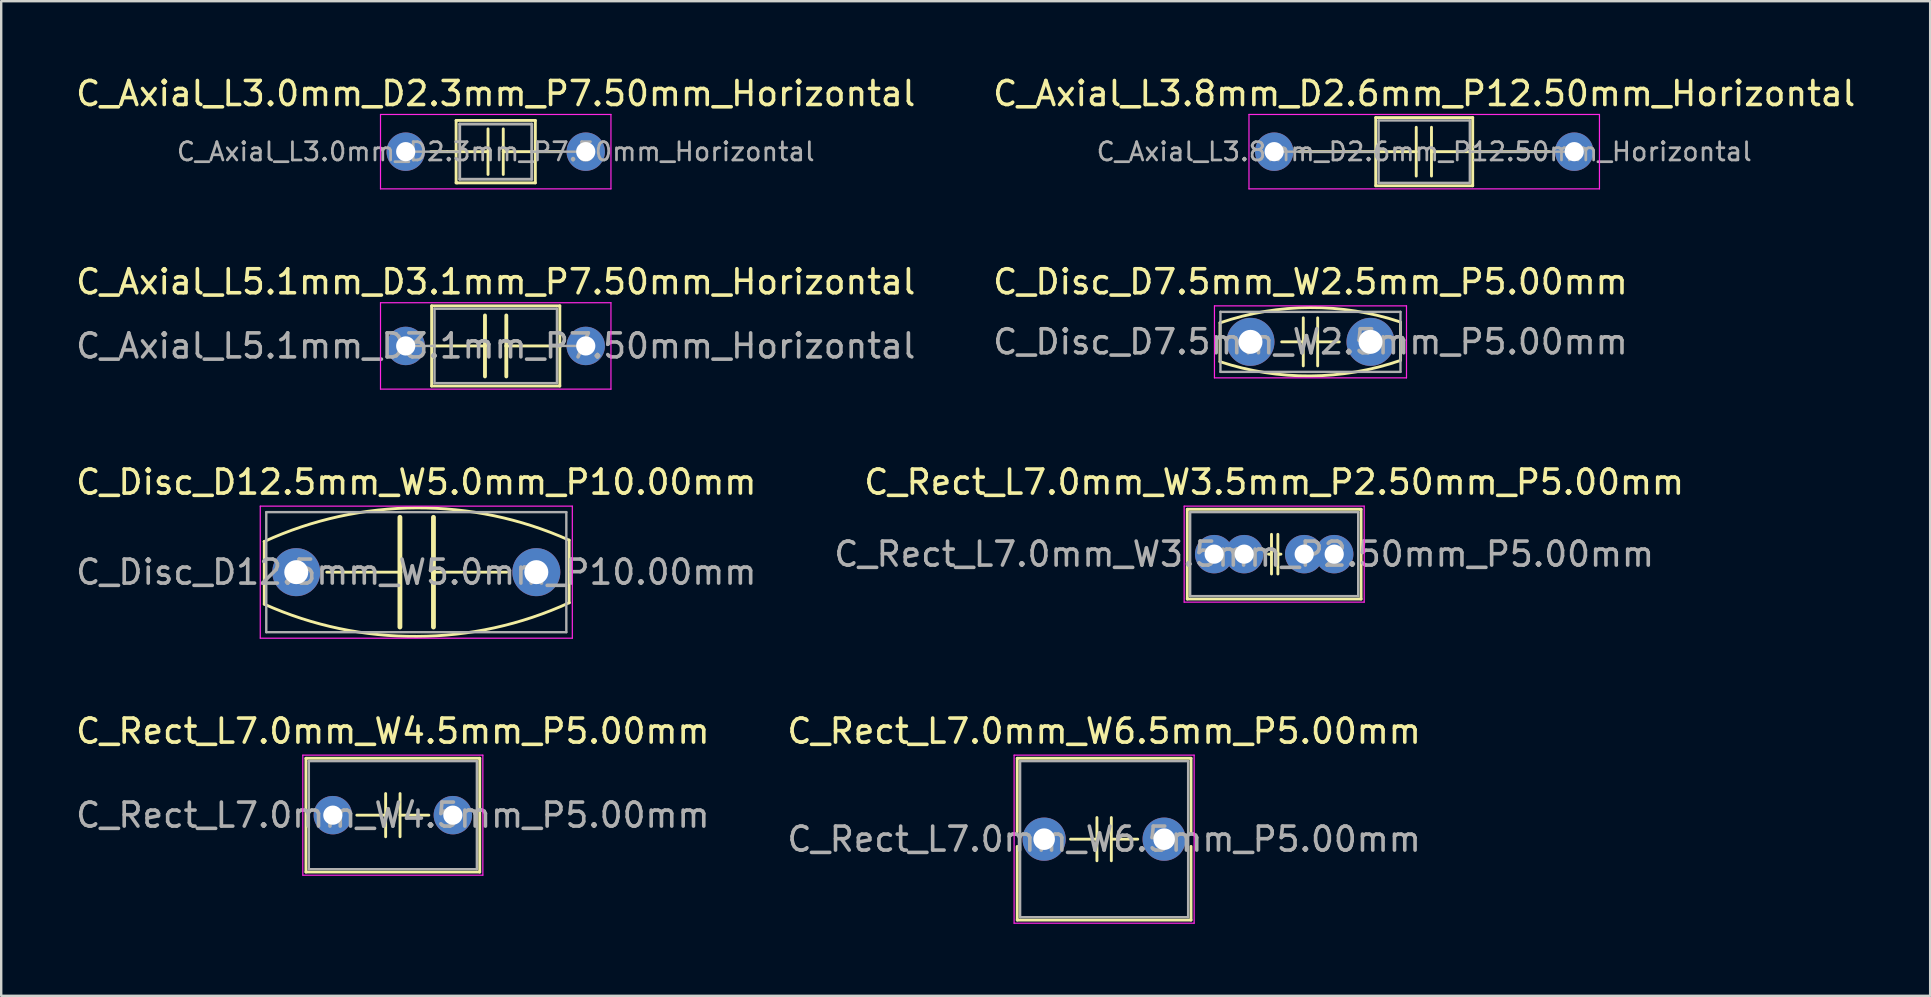
<source format=kicad_pcb>
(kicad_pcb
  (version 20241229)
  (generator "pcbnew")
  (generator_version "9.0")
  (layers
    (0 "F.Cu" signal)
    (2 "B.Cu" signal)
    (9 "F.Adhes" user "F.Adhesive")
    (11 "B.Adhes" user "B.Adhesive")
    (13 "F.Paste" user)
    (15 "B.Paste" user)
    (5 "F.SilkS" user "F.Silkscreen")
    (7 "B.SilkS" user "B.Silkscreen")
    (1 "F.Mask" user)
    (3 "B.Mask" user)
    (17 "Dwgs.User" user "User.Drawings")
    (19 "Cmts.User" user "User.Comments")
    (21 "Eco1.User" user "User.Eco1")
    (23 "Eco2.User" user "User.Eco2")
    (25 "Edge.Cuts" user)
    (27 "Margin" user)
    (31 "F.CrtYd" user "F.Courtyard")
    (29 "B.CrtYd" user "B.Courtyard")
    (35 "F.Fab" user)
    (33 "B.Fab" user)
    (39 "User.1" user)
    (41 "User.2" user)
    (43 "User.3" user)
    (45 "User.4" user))
  (footprint "C_Axial_L5.1mm_D3.1mm_P7.50mm_Horizontal"
    (layer "F.Cu")
    (at 13.851 11.361)
    (property "Reference" "C_Axial_L5.1mm_D3.1mm_P7.50mm_Horizontal" (at 3.75 -2.67 0) (layer "F.SilkS") (effects (font (size 1 1) (thickness 0.15))))
    (attr through_hole)
    (fp_line (start 1.04 0) (end 1.08 0) (stroke (width 0.12) (type solid)) (layer "F.SilkS"))
    (fp_line (start 1.08 -1.67) (end 1.08 1.67) (stroke (width 0.12) (type solid)) (layer "F.SilkS"))
    (fp_line (start 1.08 0) (end 3.302 0) (stroke (width 0.12) (type solid)) (layer "F.SilkS"))
    (fp_line (start 1.08 1.67) (end 6.42 1.67) (stroke (width 0.12) (type solid)) (layer "F.SilkS"))
    (fp_line (start 3.302 0) (end 3.302 -1.27) (stroke (width 0.16) (type solid)) (layer "F.SilkS"))
    (fp_line (start 3.302 0) (end 3.302 1.27) (stroke (width 0.16) (type solid)) (layer "F.SilkS"))
    (fp_line (start 4.191 0) (end 4.191 -1.27) (stroke (width 0.16) (type solid)) (layer "F.SilkS"))
    (fp_line (start 4.191 0) (end 4.191 1.27) (stroke (width 0.16) (type solid)) (layer "F.SilkS"))
    (fp_line (start 6.42 -1.67) (end 1.08 -1.67) (stroke (width 0.12) (type solid)) (layer "F.SilkS"))
    (fp_line (start 6.42 1.67) (end 6.42 -1.67) (stroke (width 0.12) (type solid)) (layer "F.SilkS"))
    (fp_line (start 6.46 0) (end 4.191 0) (stroke (width 0.12) (type solid)) (layer "F.SilkS"))
    (fp_line (start 6.46 0) (end 6.42 0) (stroke (width 0.12) (type solid)) (layer "F.SilkS"))
    (fp_line (start -1.05 -1.8) (end -1.05 1.8) (stroke (width 0.05) (type solid)) (layer "F.CrtYd"))
    (fp_line (start -1.05 1.8) (end 8.55 1.8) (stroke (width 0.05) (type solid)) (layer "F.CrtYd"))
    (fp_line (start 8.55 -1.8) (end -1.05 -1.8) (stroke (width 0.05) (type solid)) (layer "F.CrtYd"))
    (fp_line (start 8.55 1.8) (end 8.55 -1.8) (stroke (width 0.05) (type solid)) (layer "F.CrtYd"))
    (fp_line (start 0 0) (end 1.2 0) (stroke (width 0.1) (type solid)) (layer "F.Fab"))
    (fp_line (start 1.2 -1.55) (end 1.2 1.55) (stroke (width 0.1) (type solid)) (layer "F.Fab"))
    (fp_line (start 1.2 1.55) (end 6.3 1.55) (stroke (width 0.1) (type solid)) (layer "F.Fab"))
    (fp_line (start 6.3 -1.55) (end 1.2 -1.55) (stroke (width 0.1) (type solid)) (layer "F.Fab"))
    (fp_line (start 6.3 1.55) (end 6.3 -1.55) (stroke (width 0.1) (type solid)) (layer "F.Fab"))
    (fp_line (start 7.5 0) (end 6.3 0) (stroke (width 0.1) (type solid)) (layer "F.Fab"))
    (fp_text user "${REFERENCE}" (at 3.75 0 0) (layer "F.Fab") (effects (font (size 1 1) (thickness 0.15))))
    (pad "1" thru_hole circle (at 0 0) (size 1.6 1.6) (drill 0.8) (layers "*.Cu" "*.Mask"))
    (pad "2" thru_hole oval (at 7.5 0) (size 1.6 1.6) (drill 0.8) (layers "*.Cu" "*.Mask")))
  (footprint "C_Axial_L3.8mm_D2.6mm_P12.50mm_Horizontal"
    (layer "F.Cu")
    (at 50.03 3.268)
    (property "Reference" "C_Axial_L3.8mm_D2.6mm_P12.50mm_Horizontal" (at 6.25 -2.42 0) (layer "F.SilkS") (effects (font (size 1 1) (thickness 0.15))))
    (attr through_hole)
    (fp_line (start 1.04 0) (end 4.23 0) (stroke (width 0.12) (type solid)) (layer "F.SilkS"))
    (fp_line (start 4.23 -1.42) (end 4.23 1.42) (stroke (width 0.12) (type solid)) (layer "F.SilkS"))
    (fp_line (start 4.23 0) (end 5.918 0) (stroke (width 0.12) (type solid)) (layer "F.SilkS"))
    (fp_line (start 4.23 1.42) (end 8.27 1.42) (stroke (width 0.12) (type solid)) (layer "F.SilkS"))
    (fp_line (start 5.918 0) (end 5.918 -1.016) (stroke (width 0.12) (type solid)) (layer "F.SilkS"))
    (fp_line (start 5.918 0) (end 5.918 1.016) (stroke (width 0.12) (type solid)) (layer "F.SilkS"))
    (fp_line (start 6.553 0) (end 6.553 -1.016) (stroke (width 0.12) (type solid)) (layer "F.SilkS"))
    (fp_line (start 6.553 0) (end 6.553 1.016) (stroke (width 0.12) (type solid)) (layer "F.SilkS"))
    (fp_line (start 8.27 -1.42) (end 4.23 -1.42) (stroke (width 0.12) (type solid)) (layer "F.SilkS"))
    (fp_line (start 8.27 0) (end 6.553 0) (stroke (width 0.12) (type solid)) (layer "F.SilkS"))
    (fp_line (start 8.27 1.42) (end 8.27 -1.42) (stroke (width 0.12) (type solid)) (layer "F.SilkS"))
    (fp_line (start 11.46 0) (end 8.27 0) (stroke (width 0.12) (type solid)) (layer "F.SilkS"))
    (fp_line (start -1.05 -1.55) (end -1.05 1.55) (stroke (width 0.05) (type solid)) (layer "F.CrtYd"))
    (fp_line (start -1.05 1.55) (end 13.55 1.55) (stroke (width 0.05) (type solid)) (layer "F.CrtYd"))
    (fp_line (start 13.55 -1.55) (end -1.05 -1.55) (stroke (width 0.05) (type solid)) (layer "F.CrtYd"))
    (fp_line (start 13.55 1.55) (end 13.55 -1.55) (stroke (width 0.05) (type solid)) (layer "F.CrtYd"))
    (fp_line (start 0 0) (end 4.35 0) (stroke (width 0.1) (type solid)) (layer "F.Fab"))
    (fp_line (start 4.35 -1.3) (end 4.35 1.3) (stroke (width 0.1) (type solid)) (layer "F.Fab"))
    (fp_line (start 4.35 1.3) (end 8.15 1.3) (stroke (width 0.1) (type solid)) (layer "F.Fab"))
    (fp_line (start 8.15 -1.3) (end 4.35 -1.3) (stroke (width 0.1) (type solid)) (layer "F.Fab"))
    (fp_line (start 8.15 1.3) (end 8.15 -1.3) (stroke (width 0.1) (type solid)) (layer "F.Fab"))
    (fp_line (start 12.5 0) (end 8.15 0) (stroke (width 0.1) (type solid)) (layer "F.Fab"))
    (fp_text user "${REFERENCE}" (at 6.25 0 0) (layer "F.Fab") (effects (font (size 0.76 0.76) (thickness 0.114))))
    (pad "1" thru_hole circle (at 0 0) (size 1.6 1.6) (drill 0.8) (layers "*.Cu" "*.Mask"))
    (pad "2" thru_hole oval (at 12.5 0) (size 1.6 1.6) (drill 0.8) (layers "*.Cu" "*.Mask")))
  (footprint "C_Rect_L7.0mm_W6.5mm_P5.00mm"
    (layer "F.Cu")
    (at 40.446 31.908)
    (property "Reference" "C_Rect_L7.0mm_W6.5mm_P5.00mm" (at 2.5 -4.5 0) (layer "F.SilkS") (effects (font (size 1 1) (thickness 0.15))))
    (fp_line (start -1.12 -3.37) (end -1.12 -0.301) (stroke (width 0.12) (type solid)) (layer "F.SilkS"))
    (fp_line (start -1.12 -3.37) (end 6.12 -3.37) (stroke (width 0.12) (type solid)) (layer "F.SilkS"))
    (fp_line (start -1.12 0.301) (end -1.12 3.37) (stroke (width 0.12) (type solid)) (layer "F.SilkS"))
    (fp_line (start -1.12 3.37) (end 6.12 3.37) (stroke (width 0.12) (type solid)) (layer "F.SilkS"))
    (fp_line (start 1.1 0) (end 2.2 0) (stroke (width 0.12) (type solid)) (layer "F.SilkS"))
    (fp_line (start 2.2 -0.9) (end 2.2 0.9) (stroke (width 0.12) (type solid)) (layer "F.SilkS"))
    (fp_line (start 2.8 -0.9) (end 2.8 0.9) (stroke (width 0.12) (type solid)) (layer "F.SilkS"))
    (fp_line (start 3.9 0) (end 2.8 0) (stroke (width 0.12) (type solid)) (layer "F.SilkS"))
    (fp_line (start 6.12 -3.37) (end 6.12 -0.301) (stroke (width 0.12) (type solid)) (layer "F.SilkS"))
    (fp_line (start 6.12 0.301) (end 6.12 3.37) (stroke (width 0.12) (type solid)) (layer "F.SilkS"))
    (fp_line (start -1.25 -3.5) (end -1.25 3.5) (stroke (width 0.05) (type solid)) (layer "F.CrtYd"))
    (fp_line (start -1.25 3.5) (end 6.25 3.5) (stroke (width 0.05) (type solid)) (layer "F.CrtYd"))
    (fp_line (start 6.25 -3.5) (end -1.25 -3.5) (stroke (width 0.05) (type solid)) (layer "F.CrtYd"))
    (fp_line (start 6.25 3.5) (end 6.25 -3.5) (stroke (width 0.05) (type solid)) (layer "F.CrtYd"))
    (fp_line (start -1 -3.25) (end -1 3.25) (stroke (width 0.1) (type solid)) (layer "F.Fab"))
    (fp_line (start -1 3.25) (end 6 3.25) (stroke (width 0.1) (type solid)) (layer "F.Fab"))
    (fp_line (start 6 -3.25) (end -1 -3.25) (stroke (width 0.1) (type solid)) (layer "F.Fab"))
    (fp_line (start 6 3.25) (end 6 -3.25) (stroke (width 0.1) (type solid)) (layer "F.Fab"))
    (fp_text user "${REFERENCE}" (at 2.5 0 0) (layer "F.Fab") (effects (font (size 1 1) (thickness 0.15))))
    (pad "1" thru_hole circle (at 0 0) (size 1.8 1.8) (drill 0.9) (layers "*.Cu" "*.Mask"))
    (pad "2" thru_hole circle (at 5 0) (size 1.8 1.8) (drill 0.9) (layers "*.Cu" "*.Mask")))
  (footprint "C_Disc_D7.5mm_W2.5mm_P5.00mm"
    (layer "F.Cu")
    (at 49.042 11.191)
    (property "Reference" "C_Disc_D7.5mm_W2.5mm_P5.00mm" (at 2.5 -2.5 0) (layer "F.SilkS") (effects (font (size 1 1) (thickness 0.15))))
    (fp_line (start -1.27 0.826) (end -1.269 -0.804) (stroke (width 0.12) (type solid)) (layer "F.SilkS"))
    (fp_line (start 1.3 0) (end 2.2 0) (stroke (width 0.12) (type solid)) (layer "F.SilkS"))
    (fp_line (start 2.2 0) (end 2.2 -1) (stroke (width 0.12) (type solid)) (layer "F.SilkS"))
    (fp_line (start 2.2 0) (end 2.2 1) (stroke (width 0.12) (type solid)) (layer "F.SilkS"))
    (fp_line (start 2.8 -1) (end 2.8 1) (stroke (width 0.12) (type solid)) (layer "F.SilkS"))
    (fp_line (start 2.8 0) (end 3.7 0) (stroke (width 0.12) (type solid)) (layer "F.SilkS"))
    (fp_line (start 6.248 0.762) (end 6.248 -0.813) (stroke (width 0.12) (type solid)) (layer "F.SilkS"))
    (fp_arc (start -1.265365 -0.79267) (mid 2.488814 -1.427831) (end 6.2484 -0.8255) (stroke (width 0.12) (type solid)) (layer "F.SilkS"))
    (fp_arc (start 6.252064 0.772554) (mid 2.4954 1.419637) (end -1.27 0.8255) (stroke (width 0.12) (type solid)) (layer "F.SilkS"))
    (fp_line (start -1.5 -1.5) (end -1.5 1.5) (stroke (width 0.05) (type solid)) (layer "F.CrtYd"))
    (fp_line (start -1.5 1.5) (end 6.5 1.5) (stroke (width 0.05) (type solid)) (layer "F.CrtYd"))
    (fp_line (start 6.5 -1.5) (end -1.5 -1.5) (stroke (width 0.05) (type solid)) (layer "F.CrtYd"))
    (fp_line (start 6.5 1.5) (end 6.5 -1.5) (stroke (width 0.05) (type solid)) (layer "F.CrtYd"))
    (fp_line (start -1.25 -1.25) (end -1.25 1.25) (stroke (width 0.1) (type solid)) (layer "F.Fab"))
    (fp_line (start -1.25 1.25) (end 6.25 1.25) (stroke (width 0.1) (type solid)) (layer "F.Fab"))
    (fp_line (start 6.25 -1.25) (end -1.25 -1.25) (stroke (width 0.1) (type solid)) (layer "F.Fab"))
    (fp_line (start 6.25 1.25) (end 6.25 -1.25) (stroke (width 0.1) (type solid)) (layer "F.Fab"))
    (fp_text user "${REFERENCE}" (at 2.5 0 0) (layer "F.Fab") (effects (font (size 1 1) (thickness 0.15))))
    (pad "1" thru_hole circle (at 0 0) (size 2 2) (drill 1) (layers "*.Cu" "*.Mask"))
    (pad "2" thru_hole circle (at 5 0) (size 2 2) (drill 1) (layers "*.Cu" "*.Mask")))
  (footprint "C_Rect_L7.0mm_W4.5mm_P5.00mm"
    (layer "F.Cu")
    (at 10.815 30.908)
    (property "Reference" "C_Rect_L7.0mm_W4.5mm_P5.00mm" (at 2.5 -3.5 0) (layer "F.SilkS") (effects (font (size 1 1) (thickness 0.15))))
    (attr through_hole)
    (fp_line (start -1.12 -2.37) (end -1.12 2.37) (stroke (width 0.12) (type solid)) (layer "F.SilkS"))
    (fp_line (start -1.12 -2.37) (end 6.12 -2.37) (stroke (width 0.12) (type solid)) (layer "F.SilkS"))
    (fp_line (start -1.12 2.37) (end 6.12 2.37) (stroke (width 0.12) (type solid)) (layer "F.SilkS"))
    (fp_line (start 1 0) (end 2.2 0) (stroke (width 0.12) (type solid)) (layer "F.SilkS"))
    (fp_line (start 2.2 -0.9) (end 2.2 0.9) (stroke (width 0.12) (type solid)) (layer "F.SilkS"))
    (fp_line (start 2.8 -0.9) (end 2.8 0.9) (stroke (width 0.12) (type solid)) (layer "F.SilkS"))
    (fp_line (start 4 0) (end 2.8 0) (stroke (width 0.12) (type solid)) (layer "F.SilkS"))
    (fp_line (start 6.12 -2.37) (end 6.12 2.37) (stroke (width 0.12) (type solid)) (layer "F.SilkS"))
    (fp_line (start -1.25 -2.5) (end -1.25 2.5) (stroke (width 0.05) (type solid)) (layer "F.CrtYd"))
    (fp_line (start -1.25 2.5) (end 6.25 2.5) (stroke (width 0.05) (type solid)) (layer "F.CrtYd"))
    (fp_line (start 6.25 -2.5) (end -1.25 -2.5) (stroke (width 0.05) (type solid)) (layer "F.CrtYd"))
    (fp_line (start 6.25 2.5) (end 6.25 -2.5) (stroke (width 0.05) (type solid)) (layer "F.CrtYd"))
    (fp_line (start -1 -2.25) (end -1 2.25) (stroke (width 0.1) (type solid)) (layer "F.Fab"))
    (fp_line (start -1 2.25) (end 6 2.25) (stroke (width 0.1) (type solid)) (layer "F.Fab"))
    (fp_line (start 6 -2.25) (end -1 -2.25) (stroke (width 0.1) (type solid)) (layer "F.Fab"))
    (fp_line (start 6 2.25) (end 6 -2.25) (stroke (width 0.1) (type solid)) (layer "F.Fab"))
    (fp_text user "${REFERENCE}" (at 2.5 0 0) (layer "F.Fab") (effects (font (size 1 1) (thickness 0.15))))
    (pad "1" thru_hole circle (at 0 0) (size 1.6 1.6) (drill 0.8) (layers "*.Cu" "*.Mask"))
    (pad "2" thru_hole circle (at 5 0) (size 1.6 1.6) (drill 0.8) (layers "*.Cu" "*.Mask")))
  (footprint "C_Rect_L7.0mm_W3.5mm_P2.50mm_P5.00mm"
    (layer "F.Cu")
    (at 47.53 20.035)
    (property "Reference" "C_Rect_L7.0mm_W3.5mm_P2.50mm_P5.00mm" (at 2.5 -3 0) (layer "F.SilkS") (effects (font (size 1 1) (thickness 0.15))))
    (attr through_hole)
    (fp_line (start -1.12 -1.87) (end -1.12 1.87) (stroke (width 0.12) (type solid)) (layer "F.SilkS"))
    (fp_line (start -1.12 -1.87) (end 6.12 -1.87) (stroke (width 0.12) (type solid)) (layer "F.SilkS"))
    (fp_line (start -1.12 1.87) (end 6.12 1.87) (stroke (width 0.12) (type solid)) (layer "F.SilkS"))
    (fp_line (start 2.261 0) (end 2.324 0) (stroke (width 0.12) (type solid)) (layer "F.SilkS"))
    (fp_line (start 2.324 0) (end 2.388 0) (stroke (width 0.12) (type solid)) (layer "F.SilkS"))
    (fp_line (start 2.388 0) (end 2.388 -0.826) (stroke (width 0.12) (type solid)) (layer "F.SilkS"))
    (fp_line (start 2.388 0.826) (end 2.388 0) (stroke (width 0.12) (type solid)) (layer "F.SilkS"))
    (fp_line (start 2.654 0) (end 2.654 -0.826) (stroke (width 0.12) (type solid)) (layer "F.SilkS"))
    (fp_line (start 2.654 0.826) (end 2.654 0) (stroke (width 0.12) (type solid)) (layer "F.SilkS"))
    (fp_line (start 2.718 0) (end 2.654 0) (stroke (width 0.12) (type solid)) (layer "F.SilkS"))
    (fp_line (start 2.781 0) (end 2.718 0) (stroke (width 0.12) (type solid)) (layer "F.SilkS"))
    (fp_line (start 6.12 -1.87) (end 6.12 1.87) (stroke (width 0.12) (type solid)) (layer "F.SilkS"))
    (fp_line (start -1.25 -2) (end -1.25 2) (stroke (width 0.05) (type solid)) (layer "F.CrtYd"))
    (fp_line (start -1.25 2) (end 6.25 2) (stroke (width 0.05) (type solid)) (layer "F.CrtYd"))
    (fp_line (start 6.25 -2) (end -1.25 -2) (stroke (width 0.05) (type solid)) (layer "F.CrtYd"))
    (fp_line (start 6.25 2) (end 6.25 -2) (stroke (width 0.05) (type solid)) (layer "F.CrtYd"))
    (fp_line (start -1 -1.75) (end -1 1.75) (stroke (width 0.1) (type solid)) (layer "F.Fab"))
    (fp_line (start -1 1.75) (end 6 1.75) (stroke (width 0.1) (type solid)) (layer "F.Fab"))
    (fp_line (start 6 -1.75) (end -1 -1.75) (stroke (width 0.1) (type solid)) (layer "F.Fab"))
    (fp_line (start 6 1.75) (end 6 -1.75) (stroke (width 0.1) (type solid)) (layer "F.Fab"))
    (fp_text user "${REFERENCE}" (at 1.25 0 0) (layer "F.Fab") (effects (font (size 1 1) (thickness 0.15))))
    (pad "1" thru_hole circle (at 0 0) (size 1.6 1.6) (drill 0.8) (layers "*.Cu" "*.Mask"))
    (pad "1" thru_hole circle (at 1.25 0) (size 1.6 1.6) (drill 0.8) (layers "*.Cu" "*.Mask"))
    (pad "2" thru_hole circle (at 3.75 0) (size 1.6 1.6) (drill 0.8) (layers "*.Cu" "*.Mask"))
    (pad "2" thru_hole circle (at 5 0) (size 1.6 1.6) (drill 0.8) (layers "*.Cu" "*.Mask")))
  (footprint "C_Disc_D12.5mm_W5.0mm_P10.00mm"
    (layer "F.Cu")
    (at 9.292 20.785)
    (property "Reference" "C_Disc_D12.5mm_W5.0mm_P10.00mm" (at 5 -3.75 0) (layer "F.SilkS") (effects (font (size 1 1) (thickness 0.15))))
    (attr through_hole)
    (fp_line (start -1.333 -1.27) (end -1.336 -1.275) (stroke (width 0.12) (type solid)) (layer "F.SilkS"))
    (fp_line (start -1.333 1.333) (end -1.333 -1.27) (stroke (width 0.12) (type solid)) (layer "F.SilkS"))
    (fp_line (start 1.27 0) (end 4.318 0) (stroke (width 0.12) (type solid)) (layer "F.SilkS"))
    (fp_line (start 4.318 0) (end 4.318 -2.286) (stroke (width 0.2) (type solid)) (layer "F.SilkS"))
    (fp_line (start 4.318 0) (end 4.318 2.286) (stroke (width 0.2) (type solid)) (layer "F.SilkS"))
    (fp_line (start 5.715 0) (end 5.715 -2.286) (stroke (width 0.2) (type solid)) (layer "F.SilkS"))
    (fp_line (start 5.715 0) (end 5.715 2.286) (stroke (width 0.2) (type solid)) (layer "F.SilkS"))
    (fp_line (start 5.715 0) (end 8.763 0) (stroke (width 0.12) (type solid)) (layer "F.SilkS"))
    (fp_line (start 11.367 -1.333) (end 11.367 1.27) (stroke (width 0.12) (type solid)) (layer "F.SilkS"))
    (fp_line (start 11.367 1.27) (end 11.369 1.275) (stroke (width 0.12) (type solid)) (layer "F.SilkS"))
    (fp_arc (start -1.335743 -1.274885) (mid 5.009043 -2.677066) (end 11.3665 -1.3335) (stroke (width 0.12) (type solid)) (layer "F.SilkS"))
    (fp_arc (start 11.368743 1.274885) (mid 5.023957 2.677066) (end -1.3335 1.3335) (stroke (width 0.12) (type solid)) (layer "F.SilkS"))
    (fp_line (start -1.5 -2.75) (end -1.5 2.75) (stroke (width 0.05) (type solid)) (layer "F.CrtYd"))
    (fp_line (start -1.5 2.75) (end 11.5 2.75) (stroke (width 0.05) (type solid)) (layer "F.CrtYd"))
    (fp_line (start 11.5 -2.75) (end -1.5 -2.75) (stroke (width 0.05) (type solid)) (layer "F.CrtYd"))
    (fp_line (start 11.5 2.75) (end 11.5 -2.75) (stroke (width 0.05) (type solid)) (layer "F.CrtYd"))
    (fp_line (start -1.25 -2.5) (end -1.25 2.5) (stroke (width 0.1) (type solid)) (layer "F.Fab"))
    (fp_line (start -1.25 2.5) (end 11.25 2.5) (stroke (width 0.1) (type solid)) (layer "F.Fab"))
    (fp_line (start 11.25 -2.5) (end -1.25 -2.5) (stroke (width 0.1) (type solid)) (layer "F.Fab"))
    (fp_line (start 11.25 2.5) (end 11.25 -2.5) (stroke (width 0.1) (type solid)) (layer "F.Fab"))
    (fp_text user "${REFERENCE}" (at 5 0 0) (layer "F.Fab") (effects (font (size 1 1) (thickness 0.15))))
    (pad "1" thru_hole circle (at 0 0) (size 2 2) (drill 1) (layers "*.Cu" "*.Mask"))
    (pad "2" thru_hole circle (at 10 0) (size 2 2) (drill 1) (layers "*.Cu" "*.Mask")))
  (footprint "C_Axial_L3.0mm_D2.3mm_P7.50mm_Horizontal"
    (layer "F.Cu")
    (at 13.851 3.268)
    (property "Reference" "C_Axial_L3.0mm_D2.3mm_P7.50mm_Horizontal" (at 3.75 -2.42 0) (layer "F.SilkS") (effects (font (size 1 1) (thickness 0.15))))
    (attr through_hole)
    (fp_line (start 1.04 0) (end 1.73 0) (stroke (width 0.12) (type solid)) (layer "F.SilkS"))
    (fp_line (start 1.73 0) (end 3.429 0) (stroke (width 0.12) (type solid)) (layer "F.SilkS"))
    (fp_line (start 2.1 -1.3) (end 5.4 -1.3) (stroke (width 0.12) (type solid)) (layer "F.SilkS"))
    (fp_line (start 2.1 1.3) (end 2.1 -1.3) (stroke (width 0.12) (type solid)) (layer "F.SilkS"))
    (fp_line (start 2.15 1.3) (end 2.1 1.3) (stroke (width 0.12) (type solid)) (layer "F.SilkS"))
    (fp_line (start 3.429 0) (end 3.429 -0.95) (stroke (width 0.12) (type solid)) (layer "F.SilkS"))
    (fp_line (start 3.429 0) (end 3.429 0.95) (stroke (width 0.12) (type solid)) (layer "F.SilkS"))
    (fp_line (start 4.064 0) (end 4.064 -0.95) (stroke (width 0.12) (type solid)) (layer "F.SilkS"))
    (fp_line (start 4.064 0) (end 4.064 0.95) (stroke (width 0.12) (type solid)) (layer "F.SilkS"))
    (fp_line (start 5.4 -1.3) (end 5.4 0) (stroke (width 0.12) (type solid)) (layer "F.SilkS"))
    (fp_line (start 5.4 0) (end 5.4 1.3) (stroke (width 0.12) (type solid)) (layer "F.SilkS"))
    (fp_line (start 5.4 1.3) (end 2.15 1.3) (stroke (width 0.12) (type solid)) (layer "F.SilkS"))
    (fp_line (start 5.461 0) (end 4.064 0) (stroke (width 0.12) (type solid)) (layer "F.SilkS"))
    (fp_line (start 6.46 0) (end 5.461 0) (stroke (width 0.12) (type solid)) (layer "F.SilkS"))
    (fp_line (start -1.05 -1.55) (end -1.05 1.55) (stroke (width 0.05) (type solid)) (layer "F.CrtYd"))
    (fp_line (start -1.05 1.55) (end 8.55 1.55) (stroke (width 0.05) (type solid)) (layer "F.CrtYd"))
    (fp_line (start 8.55 -1.55) (end -1.05 -1.55) (stroke (width 0.05) (type solid)) (layer "F.CrtYd"))
    (fp_line (start 8.55 1.55) (end 8.55 -1.55) (stroke (width 0.05) (type solid)) (layer "F.CrtYd"))
    (fp_line (start 0 0) (end 2.25 0) (stroke (width 0.1) (type solid)) (layer "F.Fab"))
    (fp_line (start 2.25 -1.15) (end 5.25 -1.15) (stroke (width 0.12) (type solid)) (layer "F.Fab"))
    (fp_line (start 2.25 0) (end 2.25 -1.15) (stroke (width 0.12) (type solid)) (layer "F.Fab"))
    (fp_line (start 2.25 1.15) (end 2.25 0) (stroke (width 0.12) (type solid)) (layer "F.Fab"))
    (fp_line (start 5.25 -1.15) (end 5.25 0) (stroke (width 0.12) (type solid)) (layer "F.Fab"))
    (fp_line (start 5.25 0) (end 5.25 1.15) (stroke (width 0.12) (type solid)) (layer "F.Fab"))
    (fp_line (start 5.25 1.15) (end 2.25 1.15) (stroke (width 0.12) (type solid)) (layer "F.Fab"))
    (fp_line (start 7.5 0) (end 5.25 0) (stroke (width 0.1) (type solid)) (layer "F.Fab"))
    (fp_text user "${REFERENCE}" (at 3.75 0 0) (layer "F.Fab") (effects (font (size 0.76 0.76) (thickness 0.114))))
    (pad "1" thru_hole circle (at 0 0) (size 1.6 1.6) (drill 0.8) (layers "*.Cu" "*.Mask"))
    (pad "2" thru_hole oval (at 7.5 0) (size 1.6 1.6) (drill 0.8) (layers "*.Cu" "*.Mask")))
  (gr_rect
    (start -3 -3)
    (end 77.357 38.433)
    (stroke (width 0.1) (type default))
    (fill no)
    (layer "Edge.Cuts")))
</source>
